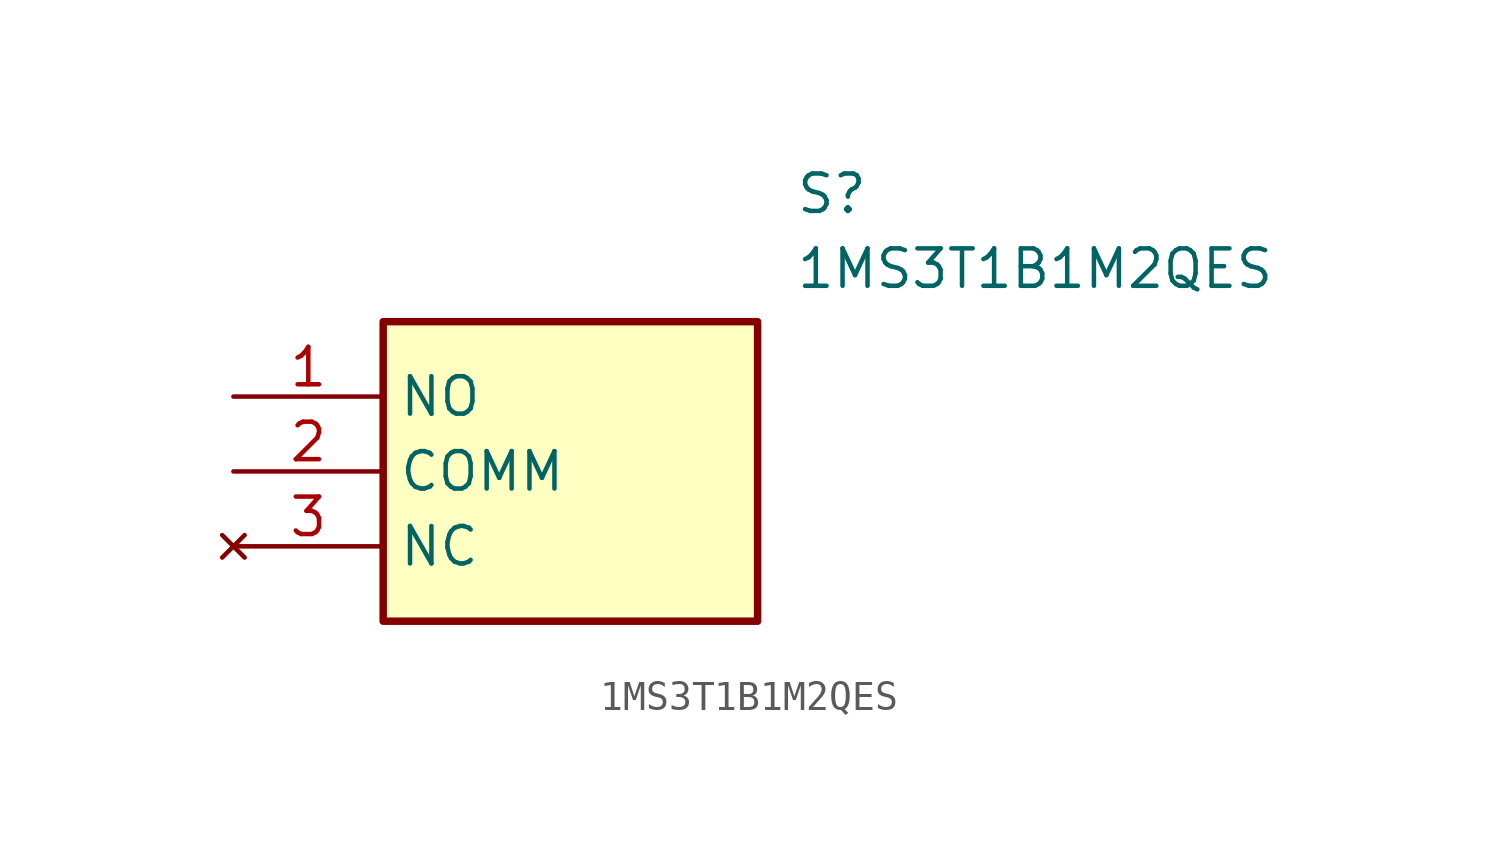
<source format=kicad_sym>
(kicad_symbol_lib
  (version 20211014)
  (generator SamacSys_ECAD_Model)
  (symbol "1MS3T1B1M2QES"
    (property "Reference" "S"
      (at 19.05 7.62 0)
      (effects (font (size 1.27 1.27)) (justify left top)))
    (property "Value" "1MS3T1B1M2QES"
      (at 19.05 5.08 0)
      (effects (font (size 1.27 1.27)) (justify left top)))
    (rectangle
      (start 5.08 2.54)
      (end 17.78 -7.62)
      (stroke (width 0.254) (type default))
      (fill (type background)))
    (pin passive line
      (at 0 0 0)
      (length 5.08)
      (name "NO" (effects (font (size 1.27 1.27))))
      (number "1" (effects (font (size 1.27 1.27)))))
    (pin passive line
      (at 0 -2.54 0)
      (length 5.08)
      (name "COMM" (effects (font (size 1.27 1.27))))
      (number "2" (effects (font (size 1.27 1.27)))))
    (pin no_connect line
      (at 0 -5.08 0)
      (length 5.08)
      (name "NC" (effects (font (size 1.27 1.27))))
      (number "3" (effects (font (size 1.27 1.27)))))))
</source>
